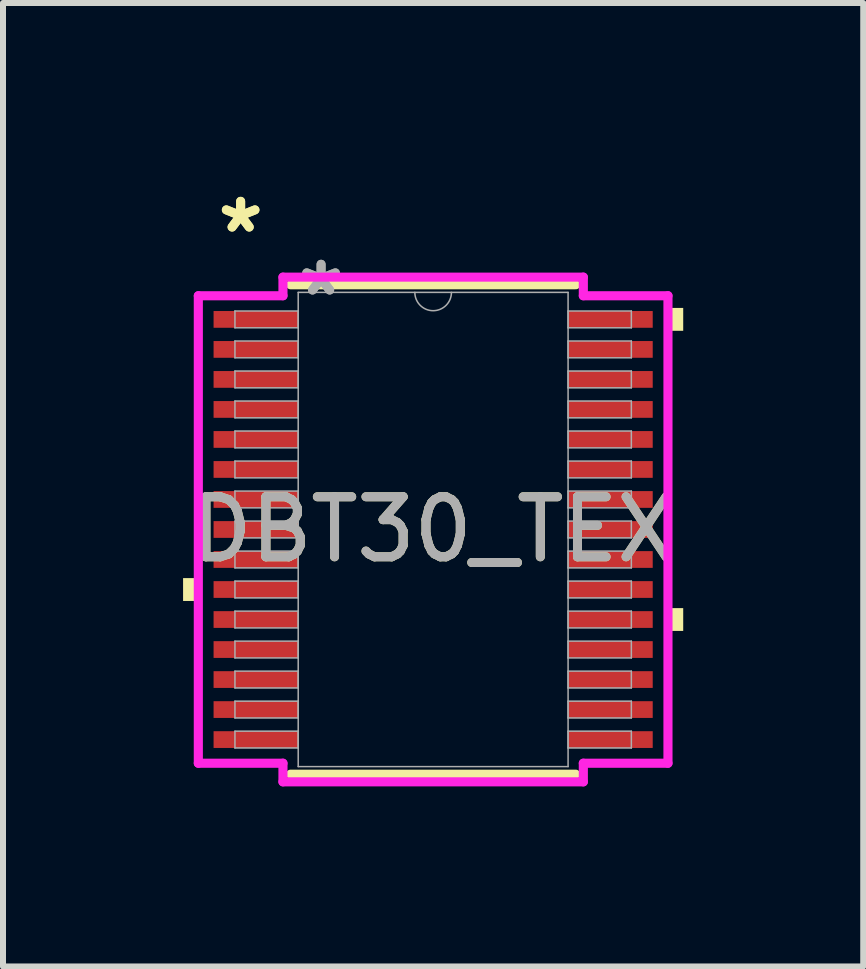
<source format=kicad_pcb>
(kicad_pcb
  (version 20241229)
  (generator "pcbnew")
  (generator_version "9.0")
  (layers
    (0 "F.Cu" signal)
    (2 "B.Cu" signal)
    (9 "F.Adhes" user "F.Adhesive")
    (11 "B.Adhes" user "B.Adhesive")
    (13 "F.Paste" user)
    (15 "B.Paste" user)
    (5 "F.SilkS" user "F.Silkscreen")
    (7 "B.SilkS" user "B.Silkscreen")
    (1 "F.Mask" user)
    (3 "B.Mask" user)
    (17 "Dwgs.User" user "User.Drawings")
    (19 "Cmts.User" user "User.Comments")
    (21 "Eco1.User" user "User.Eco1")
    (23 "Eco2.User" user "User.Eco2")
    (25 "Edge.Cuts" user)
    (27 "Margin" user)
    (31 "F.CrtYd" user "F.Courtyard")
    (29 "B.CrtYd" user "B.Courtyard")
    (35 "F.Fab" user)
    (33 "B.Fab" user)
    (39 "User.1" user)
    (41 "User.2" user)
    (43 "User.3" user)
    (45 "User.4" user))
  (footprint "DBT30_TEX"
    (layer "F.Cu")
    (at 4.166 5.771)
    (property "Reference" "DBT30_TEX" (at 0 0 0) (unlocked yes) (layer "F.SilkS") (effects (font (size 1 1) (thickness 0.15))))
    (attr smd)
    (fp_line (start -2.375 4.077) (end 2.375 4.077) (stroke (width 0.152) (type solid)) (layer "F.SilkS"))
    (fp_line (start 2.375 -4.077) (end -2.375 -4.077) (stroke (width 0.152) (type solid)) (layer "F.SilkS"))
    (fp_poly (pts (xy -4.166 0.81) (xy -4.166 1.191) (xy -3.912 1.191) (xy -3.912 0.81)) (stroke (width 0) (type solid)) (fill yes) (layer "F.SilkS"))
    (fp_poly (pts (xy 4.166 -3.691) (xy 4.166 -3.31) (xy 3.912 -3.31) (xy 3.912 -3.691)) (stroke (width 0) (type solid)) (fill yes) (layer "F.SilkS"))
    (fp_poly (pts (xy 4.166 1.31) (xy 4.166 1.69) (xy 3.912 1.69) (xy 3.912 1.31)) (stroke (width 0) (type solid)) (fill yes) (layer "F.SilkS"))
    (fp_line (start -3.912 -3.894) (end -2.502 -3.894) (stroke (width 0.152) (type solid)) (layer "F.CrtYd"))
    (fp_line (start -3.912 3.894) (end -3.912 -3.894) (stroke (width 0.152) (type solid)) (layer "F.CrtYd"))
    (fp_line (start -3.912 3.894) (end -2.502 3.894) (stroke (width 0.152) (type solid)) (layer "F.CrtYd"))
    (fp_line (start -2.502 -4.204) (end 2.502 -4.204) (stroke (width 0.152) (type solid)) (layer "F.CrtYd"))
    (fp_line (start -2.502 -3.894) (end -2.502 -4.204) (stroke (width 0.152) (type solid)) (layer "F.CrtYd"))
    (fp_line (start -2.502 4.204) (end -2.502 3.894) (stroke (width 0.152) (type solid)) (layer "F.CrtYd"))
    (fp_line (start 2.502 -4.204) (end 2.502 -3.894) (stroke (width 0.152) (type solid)) (layer "F.CrtYd"))
    (fp_line (start 2.502 3.894) (end 2.502 4.204) (stroke (width 0.152) (type solid)) (layer "F.CrtYd"))
    (fp_line (start 2.502 4.204) (end -2.502 4.204) (stroke (width 0.152) (type solid)) (layer "F.CrtYd"))
    (fp_line (start 3.912 -3.894) (end 2.502 -3.894) (stroke (width 0.152) (type solid)) (layer "F.CrtYd"))
    (fp_line (start 3.912 -3.894) (end 3.912 3.894) (stroke (width 0.152) (type solid)) (layer "F.CrtYd"))
    (fp_line (start 3.912 3.894) (end 2.502 3.894) (stroke (width 0.152) (type solid)) (layer "F.CrtYd"))
    (fp_line (start -3.302 -3.64) (end -3.302 -3.36) (stroke (width 0.025) (type solid)) (layer "F.Fab"))
    (fp_line (start -3.302 -3.36) (end -2.248 -3.36) (stroke (width 0.025) (type solid)) (layer "F.Fab"))
    (fp_line (start -3.302 -3.14) (end -3.302 -2.86) (stroke (width 0.025) (type solid)) (layer "F.Fab"))
    (fp_line (start -3.302 -2.86) (end -2.248 -2.86) (stroke (width 0.025) (type solid)) (layer "F.Fab"))
    (fp_line (start -3.302 -2.64) (end -3.302 -2.36) (stroke (width 0.025) (type solid)) (layer "F.Fab"))
    (fp_line (start -3.302 -2.36) (end -2.248 -2.36) (stroke (width 0.025) (type solid)) (layer "F.Fab"))
    (fp_line (start -3.302 -2.14) (end -3.302 -1.86) (stroke (width 0.025) (type solid)) (layer "F.Fab"))
    (fp_line (start -3.302 -1.86) (end -2.248 -1.86) (stroke (width 0.025) (type solid)) (layer "F.Fab"))
    (fp_line (start -3.302 -1.64) (end -3.302 -1.36) (stroke (width 0.025) (type solid)) (layer "F.Fab"))
    (fp_line (start -3.302 -1.36) (end -2.248 -1.36) (stroke (width 0.025) (type solid)) (layer "F.Fab"))
    (fp_line (start -3.302 -1.14) (end -3.302 -0.86) (stroke (width 0.025) (type solid)) (layer "F.Fab"))
    (fp_line (start -3.302 -0.86) (end -2.248 -0.86) (stroke (width 0.025) (type solid)) (layer "F.Fab"))
    (fp_line (start -3.302 -0.64) (end -3.302 -0.36) (stroke (width 0.025) (type solid)) (layer "F.Fab"))
    (fp_line (start -3.302 -0.36) (end -2.248 -0.36) (stroke (width 0.025) (type solid)) (layer "F.Fab"))
    (fp_line (start -3.302 -0.14) (end -3.302 0.14) (stroke (width 0.025) (type solid)) (layer "F.Fab"))
    (fp_line (start -3.302 0.14) (end -2.248 0.14) (stroke (width 0.025) (type solid)) (layer "F.Fab"))
    (fp_line (start -3.302 0.36) (end -3.302 0.64) (stroke (width 0.025) (type solid)) (layer "F.Fab"))
    (fp_line (start -3.302 0.64) (end -2.248 0.64) (stroke (width 0.025) (type solid)) (layer "F.Fab"))
    (fp_line (start -3.302 0.86) (end -3.302 1.14) (stroke (width 0.025) (type solid)) (layer "F.Fab"))
    (fp_line (start -3.302 1.14) (end -2.248 1.14) (stroke (width 0.025) (type solid)) (layer "F.Fab"))
    (fp_line (start -3.302 1.36) (end -3.302 1.64) (stroke (width 0.025) (type solid)) (layer "F.Fab"))
    (fp_line (start -3.302 1.64) (end -2.248 1.64) (stroke (width 0.025) (type solid)) (layer "F.Fab"))
    (fp_line (start -3.302 1.86) (end -3.302 2.14) (stroke (width 0.025) (type solid)) (layer "F.Fab"))
    (fp_line (start -3.302 2.14) (end -2.248 2.14) (stroke (width 0.025) (type solid)) (layer "F.Fab"))
    (fp_line (start -3.302 2.36) (end -3.302 2.64) (stroke (width 0.025) (type solid)) (layer "F.Fab"))
    (fp_line (start -3.302 2.64) (end -2.248 2.64) (stroke (width 0.025) (type solid)) (layer "F.Fab"))
    (fp_line (start -3.302 2.86) (end -3.302 3.14) (stroke (width 0.025) (type solid)) (layer "F.Fab"))
    (fp_line (start -3.302 3.14) (end -2.248 3.14) (stroke (width 0.025) (type solid)) (layer "F.Fab"))
    (fp_line (start -3.302 3.36) (end -3.302 3.64) (stroke (width 0.025) (type solid)) (layer "F.Fab"))
    (fp_line (start -3.302 3.64) (end -2.248 3.64) (stroke (width 0.025) (type solid)) (layer "F.Fab"))
    (fp_line (start -2.248 -3.95) (end -2.248 3.95) (stroke (width 0.025) (type solid)) (layer "F.Fab"))
    (fp_line (start -2.248 -3.64) (end -3.302 -3.64) (stroke (width 0.025) (type solid)) (layer "F.Fab"))
    (fp_line (start -2.248 -3.36) (end -2.248 -3.64) (stroke (width 0.025) (type solid)) (layer "F.Fab"))
    (fp_line (start -2.248 -3.14) (end -3.302 -3.14) (stroke (width 0.025) (type solid)) (layer "F.Fab"))
    (fp_line (start -2.248 -2.86) (end -2.248 -3.14) (stroke (width 0.025) (type solid)) (layer "F.Fab"))
    (fp_line (start -2.248 -2.64) (end -3.302 -2.64) (stroke (width 0.025) (type solid)) (layer "F.Fab"))
    (fp_line (start -2.248 -2.36) (end -2.248 -2.64) (stroke (width 0.025) (type solid)) (layer "F.Fab"))
    (fp_line (start -2.248 -2.14) (end -3.302 -2.14) (stroke (width 0.025) (type solid)) (layer "F.Fab"))
    (fp_line (start -2.248 -1.86) (end -2.248 -2.14) (stroke (width 0.025) (type solid)) (layer "F.Fab"))
    (fp_line (start -2.248 -1.64) (end -3.302 -1.64) (stroke (width 0.025) (type solid)) (layer "F.Fab"))
    (fp_line (start -2.248 -1.36) (end -2.248 -1.64) (stroke (width 0.025) (type solid)) (layer "F.Fab"))
    (fp_line (start -2.248 -1.14) (end -3.302 -1.14) (stroke (width 0.025) (type solid)) (layer "F.Fab"))
    (fp_line (start -2.248 -0.86) (end -2.248 -1.14) (stroke (width 0.025) (type solid)) (layer "F.Fab"))
    (fp_line (start -2.248 -0.64) (end -3.302 -0.64) (stroke (width 0.025) (type solid)) (layer "F.Fab"))
    (fp_line (start -2.248 -0.36) (end -2.248 -0.64) (stroke (width 0.025) (type solid)) (layer "F.Fab"))
    (fp_line (start -2.248 -0.14) (end -3.302 -0.14) (stroke (width 0.025) (type solid)) (layer "F.Fab"))
    (fp_line (start -2.248 0.14) (end -2.248 -0.14) (stroke (width 0.025) (type solid)) (layer "F.Fab"))
    (fp_line (start -2.248 0.36) (end -3.302 0.36) (stroke (width 0.025) (type solid)) (layer "F.Fab"))
    (fp_line (start -2.248 0.64) (end -2.248 0.36) (stroke (width 0.025) (type solid)) (layer "F.Fab"))
    (fp_line (start -2.248 0.86) (end -3.302 0.86) (stroke (width 0.025) (type solid)) (layer "F.Fab"))
    (fp_line (start -2.248 1.14) (end -2.248 0.86) (stroke (width 0.025) (type solid)) (layer "F.Fab"))
    (fp_line (start -2.248 1.36) (end -3.302 1.36) (stroke (width 0.025) (type solid)) (layer "F.Fab"))
    (fp_line (start -2.248 1.64) (end -2.248 1.36) (stroke (width 0.025) (type solid)) (layer "F.Fab"))
    (fp_line (start -2.248 1.86) (end -3.302 1.86) (stroke (width 0.025) (type solid)) (layer "F.Fab"))
    (fp_line (start -2.248 2.14) (end -2.248 1.86) (stroke (width 0.025) (type solid)) (layer "F.Fab"))
    (fp_line (start -2.248 2.36) (end -3.302 2.36) (stroke (width 0.025) (type solid)) (layer "F.Fab"))
    (fp_line (start -2.248 2.64) (end -2.248 2.36) (stroke (width 0.025) (type solid)) (layer "F.Fab"))
    (fp_line (start -2.248 2.86) (end -3.302 2.86) (stroke (width 0.025) (type solid)) (layer "F.Fab"))
    (fp_line (start -2.248 3.14) (end -2.248 2.86) (stroke (width 0.025) (type solid)) (layer "F.Fab"))
    (fp_line (start -2.248 3.36) (end -3.302 3.36) (stroke (width 0.025) (type solid)) (layer "F.Fab"))
    (fp_line (start -2.248 3.64) (end -2.248 3.36) (stroke (width 0.025) (type solid)) (layer "F.Fab"))
    (fp_line (start -2.248 3.95) (end 2.248 3.95) (stroke (width 0.025) (type solid)) (layer "F.Fab"))
    (fp_line (start 2.248 -3.95) (end -2.248 -3.95) (stroke (width 0.025) (type solid)) (layer "F.Fab"))
    (fp_line (start 2.248 -3.64) (end 2.248 -3.36) (stroke (width 0.025) (type solid)) (layer "F.Fab"))
    (fp_line (start 2.248 -3.36) (end 3.302 -3.36) (stroke (width 0.025) (type solid)) (layer "F.Fab"))
    (fp_line (start 2.248 -3.14) (end 2.248 -2.86) (stroke (width 0.025) (type solid)) (layer "F.Fab"))
    (fp_line (start 2.248 -2.86) (end 3.302 -2.86) (stroke (width 0.025) (type solid)) (layer "F.Fab"))
    (fp_line (start 2.248 -2.64) (end 2.248 -2.36) (stroke (width 0.025) (type solid)) (layer "F.Fab"))
    (fp_line (start 2.248 -2.36) (end 3.302 -2.36) (stroke (width 0.025) (type solid)) (layer "F.Fab"))
    (fp_line (start 2.248 -2.14) (end 2.248 -1.86) (stroke (width 0.025) (type solid)) (layer "F.Fab"))
    (fp_line (start 2.248 -1.86) (end 3.302 -1.86) (stroke (width 0.025) (type solid)) (layer "F.Fab"))
    (fp_line (start 2.248 -1.64) (end 2.248 -1.36) (stroke (width 0.025) (type solid)) (layer "F.Fab"))
    (fp_line (start 2.248 -1.36) (end 3.302 -1.36) (stroke (width 0.025) (type solid)) (layer "F.Fab"))
    (fp_line (start 2.248 -1.14) (end 2.248 -0.86) (stroke (width 0.025) (type solid)) (layer "F.Fab"))
    (fp_line (start 2.248 -0.86) (end 3.302 -0.86) (stroke (width 0.025) (type solid)) (layer "F.Fab"))
    (fp_line (start 2.248 -0.64) (end 2.248 -0.36) (stroke (width 0.025) (type solid)) (layer "F.Fab"))
    (fp_line (start 2.248 -0.36) (end 3.302 -0.36) (stroke (width 0.025) (type solid)) (layer "F.Fab"))
    (fp_line (start 2.248 -0.14) (end 2.248 0.14) (stroke (width 0.025) (type solid)) (layer "F.Fab"))
    (fp_line (start 2.248 0.14) (end 3.302 0.14) (stroke (width 0.025) (type solid)) (layer "F.Fab"))
    (fp_line (start 2.248 0.36) (end 2.248 0.64) (stroke (width 0.025) (type solid)) (layer "F.Fab"))
    (fp_line (start 2.248 0.64) (end 3.302 0.64) (stroke (width 0.025) (type solid)) (layer "F.Fab"))
    (fp_line (start 2.248 0.86) (end 2.248 1.14) (stroke (width 0.025) (type solid)) (layer "F.Fab"))
    (fp_line (start 2.248 1.14) (end 3.302 1.14) (stroke (width 0.025) (type solid)) (layer "F.Fab"))
    (fp_line (start 2.248 1.36) (end 2.248 1.64) (stroke (width 0.025) (type solid)) (layer "F.Fab"))
    (fp_line (start 2.248 1.64) (end 3.302 1.64) (stroke (width 0.025) (type solid)) (layer "F.Fab"))
    (fp_line (start 2.248 1.86) (end 2.248 2.14) (stroke (width 0.025) (type solid)) (layer "F.Fab"))
    (fp_line (start 2.248 2.14) (end 3.302 2.14) (stroke (width 0.025) (type solid)) (layer "F.Fab"))
    (fp_line (start 2.248 2.36) (end 2.248 2.64) (stroke (width 0.025) (type solid)) (layer "F.Fab"))
    (fp_line (start 2.248 2.64) (end 3.302 2.64) (stroke (width 0.025) (type solid)) (layer "F.Fab"))
    (fp_line (start 2.248 2.86) (end 2.248 3.14) (stroke (width 0.025) (type solid)) (layer "F.Fab"))
    (fp_line (start 2.248 3.14) (end 3.302 3.14) (stroke (width 0.025) (type solid)) (layer "F.Fab"))
    (fp_line (start 2.248 3.36) (end 2.248 3.64) (stroke (width 0.025) (type solid)) (layer "F.Fab"))
    (fp_line (start 2.248 3.64) (end 3.302 3.64) (stroke (width 0.025) (type solid)) (layer "F.Fab"))
    (fp_line (start 2.248 3.95) (end 2.248 -3.95) (stroke (width 0.025) (type solid)) (layer "F.Fab"))
    (fp_line (start 3.302 -3.64) (end 2.248 -3.64) (stroke (width 0.025) (type solid)) (layer "F.Fab"))
    (fp_line (start 3.302 -3.36) (end 3.302 -3.64) (stroke (width 0.025) (type solid)) (layer "F.Fab"))
    (fp_line (start 3.302 -3.14) (end 2.248 -3.14) (stroke (width 0.025) (type solid)) (layer "F.Fab"))
    (fp_line (start 3.302 -2.86) (end 3.302 -3.14) (stroke (width 0.025) (type solid)) (layer "F.Fab"))
    (fp_line (start 3.302 -2.64) (end 2.248 -2.64) (stroke (width 0.025) (type solid)) (layer "F.Fab"))
    (fp_line (start 3.302 -2.36) (end 3.302 -2.64) (stroke (width 0.025) (type solid)) (layer "F.Fab"))
    (fp_line (start 3.302 -2.14) (end 2.248 -2.14) (stroke (width 0.025) (type solid)) (layer "F.Fab"))
    (fp_line (start 3.302 -1.86) (end 3.302 -2.14) (stroke (width 0.025) (type solid)) (layer "F.Fab"))
    (fp_line (start 3.302 -1.64) (end 2.248 -1.64) (stroke (width 0.025) (type solid)) (layer "F.Fab"))
    (fp_line (start 3.302 -1.36) (end 3.302 -1.64) (stroke (width 0.025) (type solid)) (layer "F.Fab"))
    (fp_line (start 3.302 -1.14) (end 2.248 -1.14) (stroke (width 0.025) (type solid)) (layer "F.Fab"))
    (fp_line (start 3.302 -0.86) (end 3.302 -1.14) (stroke (width 0.025) (type solid)) (layer "F.Fab"))
    (fp_line (start 3.302 -0.64) (end 2.248 -0.64) (stroke (width 0.025) (type solid)) (layer "F.Fab"))
    (fp_line (start 3.302 -0.36) (end 3.302 -0.64) (stroke (width 0.025) (type solid)) (layer "F.Fab"))
    (fp_line (start 3.302 -0.14) (end 2.248 -0.14) (stroke (width 0.025) (type solid)) (layer "F.Fab"))
    (fp_line (start 3.302 0.14) (end 3.302 -0.14) (stroke (width 0.025) (type solid)) (layer "F.Fab"))
    (fp_line (start 3.302 0.36) (end 2.248 0.36) (stroke (width 0.025) (type solid)) (layer "F.Fab"))
    (fp_line (start 3.302 0.64) (end 3.302 0.36) (stroke (width 0.025) (type solid)) (layer "F.Fab"))
    (fp_line (start 3.302 0.86) (end 2.248 0.86) (stroke (width 0.025) (type solid)) (layer "F.Fab"))
    (fp_line (start 3.302 1.14) (end 3.302 0.86) (stroke (width 0.025) (type solid)) (layer "F.Fab"))
    (fp_line (start 3.302 1.36) (end 2.248 1.36) (stroke (width 0.025) (type solid)) (layer "F.Fab"))
    (fp_line (start 3.302 1.64) (end 3.302 1.36) (stroke (width 0.025) (type solid)) (layer "F.Fab"))
    (fp_line (start 3.302 1.86) (end 2.248 1.86) (stroke (width 0.025) (type solid)) (layer "F.Fab"))
    (fp_line (start 3.302 2.14) (end 3.302 1.86) (stroke (width 0.025) (type solid)) (layer "F.Fab"))
    (fp_line (start 3.302 2.36) (end 2.248 2.36) (stroke (width 0.025) (type solid)) (layer "F.Fab"))
    (fp_line (start 3.302 2.64) (end 3.302 2.36) (stroke (width 0.025) (type solid)) (layer "F.Fab"))
    (fp_line (start 3.302 2.86) (end 2.248 2.86) (stroke (width 0.025) (type solid)) (layer "F.Fab"))
    (fp_line (start 3.302 3.14) (end 3.302 2.86) (stroke (width 0.025) (type solid)) (layer "F.Fab"))
    (fp_line (start 3.302 3.36) (end 2.248 3.36) (stroke (width 0.025) (type solid)) (layer "F.Fab"))
    (fp_line (start 3.302 3.64) (end 3.302 3.36) (stroke (width 0.025) (type solid)) (layer "F.Fab"))
    (fp_arc (start 0.3048 -3.9497) (mid 0 -3.6449) (end -0.3048 -3.9497) (stroke (width 0.0254) (type solid)) (layer "F.Fab"))
    (fp_text user "*" (at -3.207 -4.922 0) (layer "F.SilkS") (effects (font (size 1 1) (thickness 0.15))))
    (fp_text user "*" (at -3.207 -4.922 0) (unlocked yes) (layer "F.SilkS") (effects (font (size 1 1) (thickness 0.15))))
    (fp_text user "*" (at -1.867 -3.873 0) (layer "F.Fab") (effects (font (size 1 1) (thickness 0.15))))
    (fp_text user "*" (at -1.867 -3.873 0) (unlocked yes) (layer "F.Fab") (effects (font (size 1 1) (thickness 0.15))))
    (fp_text user "${REFERENCE}" (at 0 0 0) (unlocked yes) (layer "F.Fab") (effects (font (size 1 1) (thickness 0.15))))
    (pad "1" smd rect (at -2.953 -3.5) (size 1.41 0.279) (layers "F.Cu" "F.Mask" "F.Paste"))
    (pad "2" smd rect (at -2.953 -3) (size 1.41 0.279) (layers "F.Cu" "F.Mask" "F.Paste"))
    (pad "3" smd rect (at -2.953 -2.5) (size 1.41 0.279) (layers "F.Cu" "F.Mask" "F.Paste"))
    (pad "4" smd rect (at -2.953 -2) (size 1.41 0.279) (layers "F.Cu" "F.Mask" "F.Paste"))
    (pad "5" smd rect (at -2.953 -1.5) (size 1.41 0.279) (layers "F.Cu" "F.Mask" "F.Paste"))
    (pad "6" smd rect (at -2.953 -1) (size 1.41 0.279) (layers "F.Cu" "F.Mask" "F.Paste"))
    (pad "7" smd rect (at -2.953 -0.5) (size 1.41 0.279) (layers "F.Cu" "F.Mask" "F.Paste"))
    (pad "8" smd rect (at -2.953 0) (size 1.41 0.279) (layers "F.Cu" "F.Mask" "F.Paste"))
    (pad "9" smd rect (at -2.953 0.5) (size 1.41 0.279) (layers "F.Cu" "F.Mask" "F.Paste"))
    (pad "10" smd rect (at -2.953 1) (size 1.41 0.279) (layers "F.Cu" "F.Mask" "F.Paste"))
    (pad "11" smd rect (at -2.953 1.5) (size 1.41 0.279) (layers "F.Cu" "F.Mask" "F.Paste"))
    (pad "12" smd rect (at -2.953 2) (size 1.41 0.279) (layers "F.Cu" "F.Mask" "F.Paste"))
    (pad "13" smd rect (at -2.953 2.5) (size 1.41 0.279) (layers "F.Cu" "F.Mask" "F.Paste"))
    (pad "14" smd rect (at -2.953 3) (size 1.41 0.279) (layers "F.Cu" "F.Mask" "F.Paste"))
    (pad "15" smd rect (at -2.953 3.5) (size 1.41 0.279) (layers "F.Cu" "F.Mask" "F.Paste"))
    (pad "16" smd rect (at 2.953 3.5) (size 1.41 0.279) (layers "F.Cu" "F.Mask" "F.Paste"))
    (pad "17" smd rect (at 2.953 3) (size 1.41 0.279) (layers "F.Cu" "F.Mask" "F.Paste"))
    (pad "18" smd rect (at 2.953 2.5) (size 1.41 0.279) (layers "F.Cu" "F.Mask" "F.Paste"))
    (pad "19" smd rect (at 2.953 2) (size 1.41 0.279) (layers "F.Cu" "F.Mask" "F.Paste"))
    (pad "20" smd rect (at 2.953 1.5) (size 1.41 0.279) (layers "F.Cu" "F.Mask" "F.Paste"))
    (pad "21" smd rect (at 2.953 1) (size 1.41 0.279) (layers "F.Cu" "F.Mask" "F.Paste"))
    (pad "22" smd rect (at 2.953 0.5) (size 1.41 0.279) (layers "F.Cu" "F.Mask" "F.Paste"))
    (pad "23" smd rect (at 2.953 0) (size 1.41 0.279) (layers "F.Cu" "F.Mask" "F.Paste"))
    (pad "24" smd rect (at 2.953 -0.5) (size 1.41 0.279) (layers "F.Cu" "F.Mask" "F.Paste"))
    (pad "25" smd rect (at 2.953 -1) (size 1.41 0.279) (layers "F.Cu" "F.Mask" "F.Paste"))
    (pad "26" smd rect (at 2.953 -1.5) (size 1.41 0.279) (layers "F.Cu" "F.Mask" "F.Paste"))
    (pad "27" smd rect (at 2.953 -2) (size 1.41 0.279) (layers "F.Cu" "F.Mask" "F.Paste"))
    (pad "28" smd rect (at 2.953 -2.5) (size 1.41 0.279) (layers "F.Cu" "F.Mask" "F.Paste"))
    (pad "29" smd rect (at 2.953 -3) (size 1.41 0.279) (layers "F.Cu" "F.Mask" "F.Paste"))
    (pad "30" smd rect (at 2.953 -3.5) (size 1.41 0.279) (layers "F.Cu" "F.Mask" "F.Paste")))
  (gr_rect
    (start -3 -3)
    (end 11.331 13.051)
    (stroke (width 0.1) (type default))
    (fill no)
    (layer "Edge.Cuts")))
</source>
